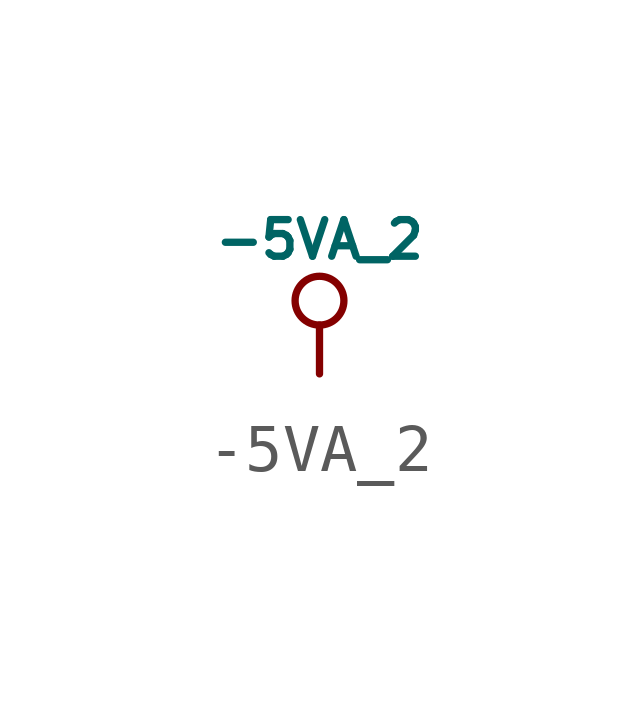
<source format=kicad_sym>
(kicad_symbol_lib
  (version 20241209)
  (generator "kicad_symbol_editor")
  (generator_version "9.0")
  (symbol "-5VA_2"
    (power)
    (pin_names
      (offset 0))
    (property "Reference" "#PWR"
      (at 0 -1.016 0)
      (effects (font (size 0.762 0.762)) (hide yes)))
    (property "Value" "-5VA_2"
      (at 0 2.794 0)
      (effects (font (size 0.762 0.762))))
    (property "Footprint" ""
      (at 0 0 0)
      (effects (font (size 1.524 1.524))))
    (property "Datasheet" ""
      (at 0 0 0)
      (effects (font (size 1.524 1.524))))
    (symbol "-5VA_2_0_1"
      (circle (center 0 1.524) (radius 0.508) (stroke (width 0) (type default)) (fill (type none)))
      (polyline (pts (xy 0 0) (xy 0 1.016) (xy 0 1.016)) (stroke (width 0) (type default)) (fill (type none))))
    (symbol "-5VA_2_1_0"
      (pin power_in line (at 0 0 90) (length 0) (hide yes) (name "-5VA_2" (effects (font (size 0.762 0.762)))) (number "1" (effects (font (size 0.762 0.762))))))))
</source>
